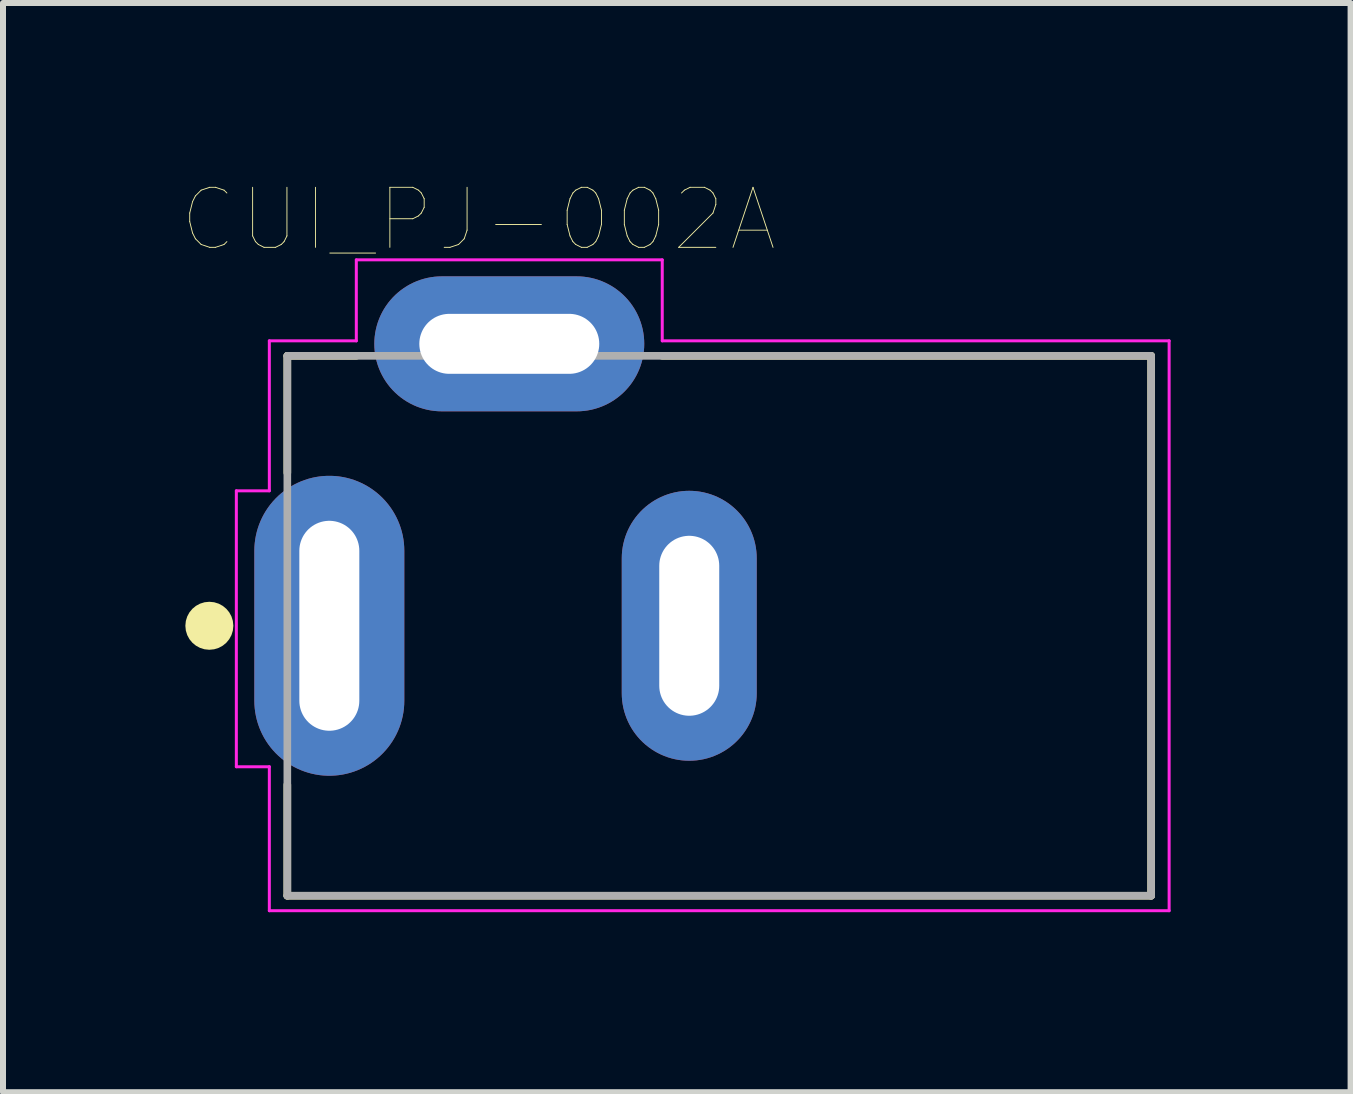
<source format=kicad_pcb>
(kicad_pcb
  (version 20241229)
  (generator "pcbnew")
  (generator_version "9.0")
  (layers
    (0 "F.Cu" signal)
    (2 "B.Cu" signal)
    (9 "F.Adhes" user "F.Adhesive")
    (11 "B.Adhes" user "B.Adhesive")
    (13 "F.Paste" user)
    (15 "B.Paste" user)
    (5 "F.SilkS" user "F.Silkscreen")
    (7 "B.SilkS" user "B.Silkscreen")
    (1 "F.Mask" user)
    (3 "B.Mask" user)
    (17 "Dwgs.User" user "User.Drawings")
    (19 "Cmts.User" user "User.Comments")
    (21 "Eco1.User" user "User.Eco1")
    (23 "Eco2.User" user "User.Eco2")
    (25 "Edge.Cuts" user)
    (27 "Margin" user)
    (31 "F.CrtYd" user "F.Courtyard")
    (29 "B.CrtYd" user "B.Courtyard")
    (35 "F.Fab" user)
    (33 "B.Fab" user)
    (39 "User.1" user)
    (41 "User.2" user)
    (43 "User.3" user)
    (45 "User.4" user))
  (footprint "CUI_PJ-002A"
    (layer "F.Cu")
    (at 2.44 7.382)
    (property "Reference" "CUI_PJ-002A" (at 2.487 -6.771 0) (layer "F.SilkS") (effects (font (size 1.001 1.001) (thickness 0.015))))
    (attr through_hole)
    (fp_line (start -0.7 -4.5) (end 0.45 -4.5) (stroke (width 0.127) (type solid)) (layer "F.SilkS"))
    (fp_line (start -0.7 -2.55) (end -0.7 -4.5) (stroke (width 0.127) (type solid)) (layer "F.SilkS"))
    (fp_line (start -0.7 4.5) (end -0.7 2.65) (stroke (width 0.127) (type solid)) (layer "F.SilkS"))
    (fp_line (start 5.55 -4.5) (end 13.7 -4.5) (stroke (width 0.127) (type solid)) (layer "F.SilkS"))
    (fp_line (start 13.7 -4.5) (end 13.7 4.5) (stroke (width 0.127) (type solid)) (layer "F.SilkS"))
    (fp_line (start 13.7 4.5) (end -0.7 4.5) (stroke (width 0.127) (type solid)) (layer "F.SilkS"))
    (fp_circle (center -2 0) (end -1.8 0) (stroke (width 0.4) (type solid)) (fill no) (layer "F.SilkS"))
    (fp_line (start -1.55 -2.25) (end -1.55 2.35) (stroke (width 0.05) (type solid)) (layer "F.CrtYd"))
    (fp_line (start -1.55 2.35) (end -1 2.35) (stroke (width 0.05) (type solid)) (layer "F.CrtYd"))
    (fp_line (start -1 -4.75) (end 0.45 -4.75) (stroke (width 0.05) (type solid)) (layer "F.CrtYd"))
    (fp_line (start -1 -2.25) (end -1.55 -2.25) (stroke (width 0.05) (type solid)) (layer "F.CrtYd"))
    (fp_line (start -1 -2.25) (end -1 -4.75) (stroke (width 0.05) (type solid)) (layer "F.CrtYd"))
    (fp_line (start -1 4.75) (end -1 2.35) (stroke (width 0.05) (type solid)) (layer "F.CrtYd"))
    (fp_line (start 0.45 -6.1) (end 5.55 -6.1) (stroke (width 0.05) (type solid)) (layer "F.CrtYd"))
    (fp_line (start 0.45 -4.75) (end 0.45 -6.1) (stroke (width 0.05) (type solid)) (layer "F.CrtYd"))
    (fp_line (start 5.55 -6.1) (end 5.55 -4.75) (stroke (width 0.05) (type solid)) (layer "F.CrtYd"))
    (fp_line (start 5.55 -4.75) (end 14 -4.75) (stroke (width 0.05) (type solid)) (layer "F.CrtYd"))
    (fp_line (start 14 -4.75) (end 14 4.75) (stroke (width 0.05) (type solid)) (layer "F.CrtYd"))
    (fp_line (start 14 4.75) (end -1 4.75) (stroke (width 0.05) (type solid)) (layer "F.CrtYd"))
    (fp_line (start -0.7 -4.5) (end 13.7 -4.5) (stroke (width 0.127) (type solid)) (layer "F.Fab"))
    (fp_line (start -0.7 4.5) (end -0.7 -4.5) (stroke (width 0.127) (type solid)) (layer "F.Fab"))
    (fp_line (start 13.7 -4.5) (end 13.7 4.5) (stroke (width 0.127) (type solid)) (layer "F.Fab"))
    (fp_line (start 13.7 4.5) (end -0.7 4.5) (stroke (width 0.127) (type solid)) (layer "F.Fab"))
    (pad "1" thru_hole oval (at 0 0) (size 2.5 5) (drill oval 1 3.5) (layers "*.Cu" "*.Mask"))
    (pad "2" thru_hole oval (at 6 0) (size 2.25 4.5) (drill oval 1 3) (layers "*.Cu" "*.Mask"))
    (pad "3" thru_hole oval (at 3 -4.7) (size 4.5 2.25) (drill oval 3 1) (layers "*.Cu" "*.Mask")))
  (gr_rect
    (start -3 -3)
    (end 19.465 15.157)
    (stroke (width 0.1) (type default))
    (fill no)
    (layer "Edge.Cuts")))
</source>
